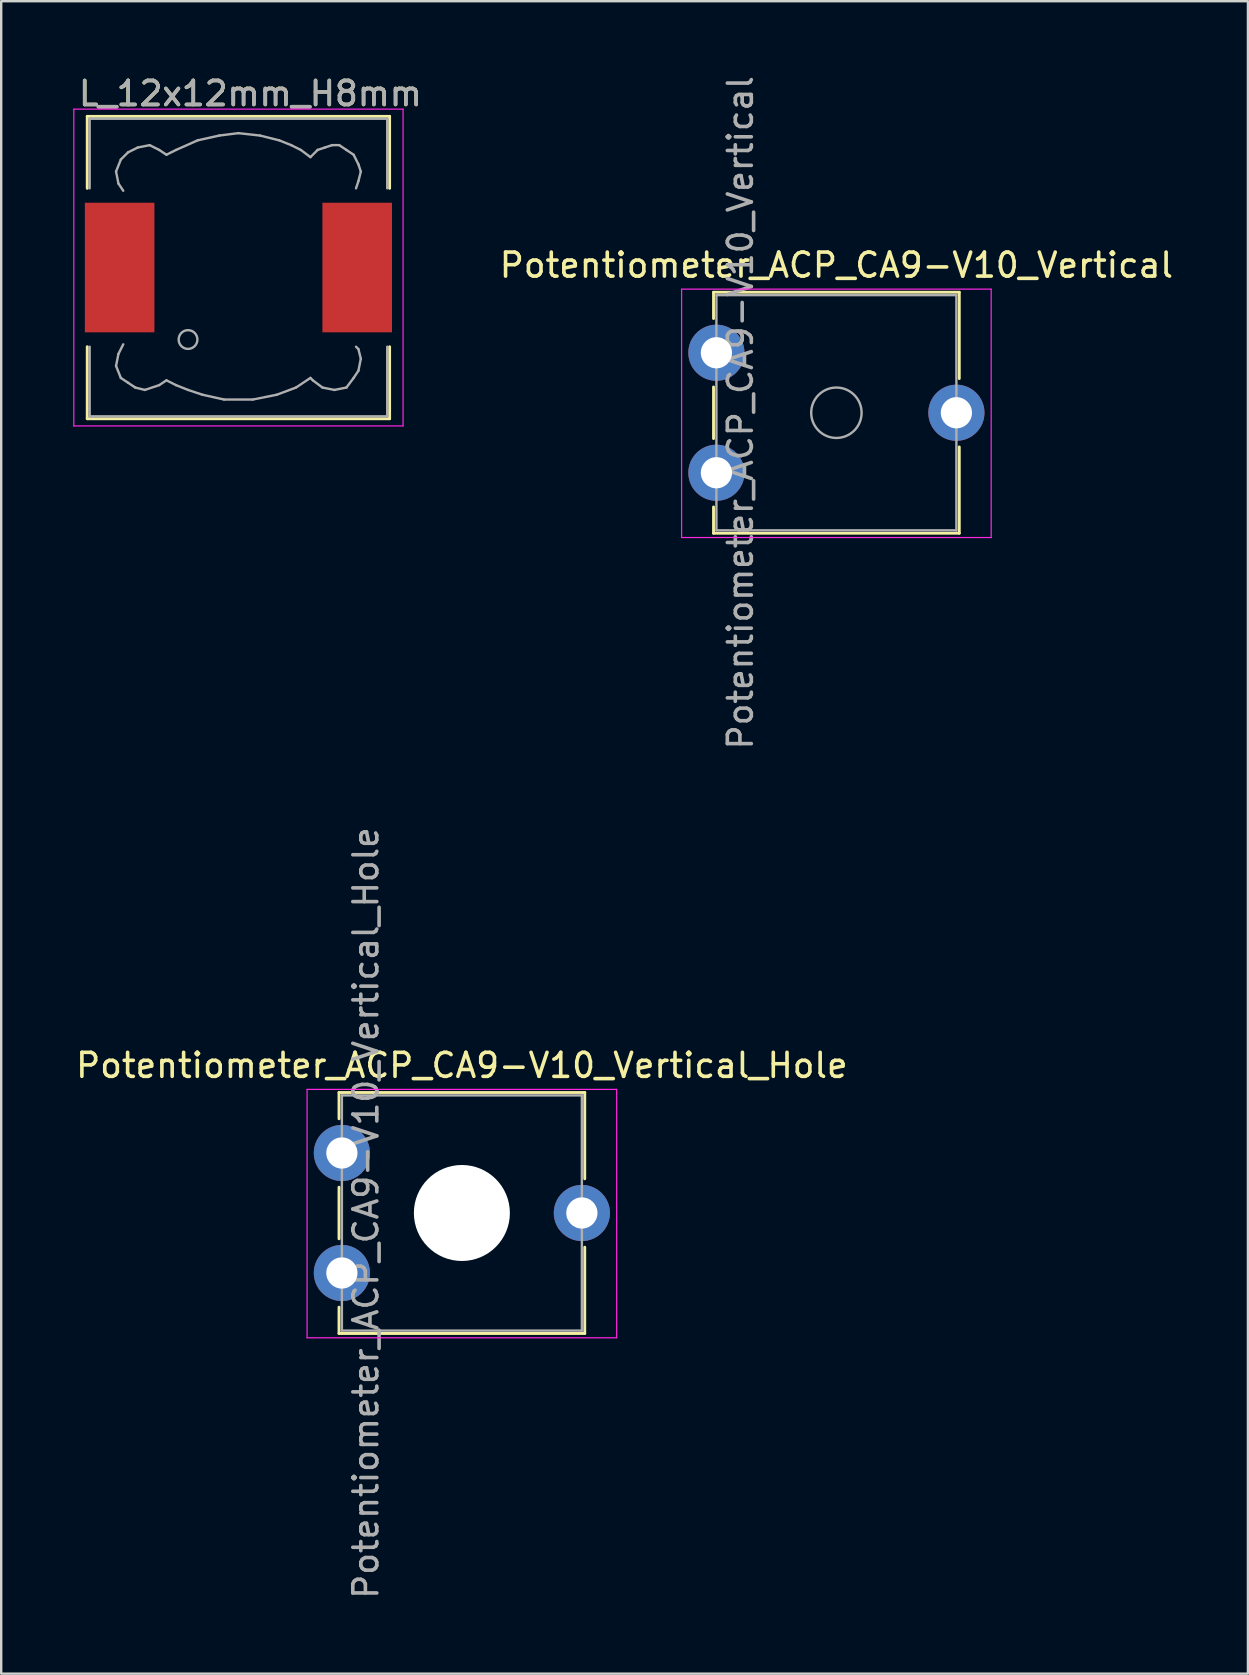
<source format=kicad_pcb>
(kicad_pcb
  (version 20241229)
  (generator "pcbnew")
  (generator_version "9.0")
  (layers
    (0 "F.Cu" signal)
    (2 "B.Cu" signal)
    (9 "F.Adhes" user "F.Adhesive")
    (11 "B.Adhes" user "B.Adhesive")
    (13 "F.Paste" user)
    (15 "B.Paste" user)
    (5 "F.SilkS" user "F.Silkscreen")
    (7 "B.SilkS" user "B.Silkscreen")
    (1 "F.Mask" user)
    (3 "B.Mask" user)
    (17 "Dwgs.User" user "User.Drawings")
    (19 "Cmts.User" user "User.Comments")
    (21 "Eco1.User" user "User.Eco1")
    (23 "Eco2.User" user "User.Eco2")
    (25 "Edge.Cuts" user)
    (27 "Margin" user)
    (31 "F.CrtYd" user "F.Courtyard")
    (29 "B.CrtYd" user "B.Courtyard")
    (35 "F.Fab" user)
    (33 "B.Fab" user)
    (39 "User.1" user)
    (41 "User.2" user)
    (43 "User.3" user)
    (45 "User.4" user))
  (footprint "Potentiometer_ACP_CA9-V10_Vertical"
    (layer "F.Cu")
    (at 26.802 16.649)
    (property "Reference" "Potentiometer_ACP_CA9-V10_Vertical" (at 5 -8.65 0) (layer "F.SilkS") (effects (font (size 1 1) (thickness 0.15))))
    (attr through_hole)
    (fp_line (start -0.12 -7.521) (end -0.12 -6.426) (stroke (width 0.12) (type solid)) (layer "F.SilkS"))
    (fp_line (start -0.12 -7.521) (end 10.12 -7.521) (stroke (width 0.12) (type solid)) (layer "F.SilkS"))
    (fp_line (start -0.12 -3.574) (end -0.12 -1.425) (stroke (width 0.12) (type solid)) (layer "F.SilkS"))
    (fp_line (start -0.12 1.425) (end -0.12 2.52) (stroke (width 0.12) (type solid)) (layer "F.SilkS"))
    (fp_line (start -0.12 2.52) (end 10.12 2.52) (stroke (width 0.12) (type solid)) (layer "F.SilkS"))
    (fp_line (start 10.12 -7.521) (end 10.12 -3.925) (stroke (width 0.12) (type solid)) (layer "F.SilkS"))
    (fp_line (start 10.12 -1.075) (end 10.12 2.52) (stroke (width 0.12) (type solid)) (layer "F.SilkS"))
    (fp_line (start -1.45 -7.65) (end -1.45 2.7) (stroke (width 0.05) (type solid)) (layer "F.CrtYd"))
    (fp_line (start -1.45 2.7) (end 11.45 2.7) (stroke (width 0.05) (type solid)) (layer "F.CrtYd"))
    (fp_line (start 11.45 -7.65) (end -1.45 -7.65) (stroke (width 0.05) (type solid)) (layer "F.CrtYd"))
    (fp_line (start 11.45 2.7) (end 11.45 -7.65) (stroke (width 0.05) (type solid)) (layer "F.CrtYd"))
    (fp_line (start 0 -7.4) (end 0 2.4) (stroke (width 0.1) (type solid)) (layer "F.Fab"))
    (fp_line (start 0 2.4) (end 10 2.4) (stroke (width 0.1) (type solid)) (layer "F.Fab"))
    (fp_line (start 10 -7.4) (end 0 -7.4) (stroke (width 0.1) (type solid)) (layer "F.Fab"))
    (fp_line (start 10 2.4) (end 10 -7.4) (stroke (width 0.1) (type solid)) (layer "F.Fab"))
    (fp_circle (center 5 -2.5) (end 6.05 -2.5) (stroke (width 0.1) (type solid)) (fill no) (layer "F.Fab"))
    (fp_text user "${REFERENCE}" (at 1 -2.5 90) (layer "F.Fab") (effects (font (size 1 1) (thickness 0.15))))
    (pad "1" thru_hole circle (at 0 0) (size 2.34 2.34) (drill 1.3) (layers "*.Cu" "*.Mask"))
    (pad "2" thru_hole circle (at 10 -2.5) (size 2.34 2.34) (drill 1.3) (layers "*.Cu" "*.Mask"))
    (pad "3" thru_hole circle (at 0 -5) (size 2.34 2.34) (drill 1.3) (layers "*.Cu" "*.Mask")))
  (footprint "Potentiometer_ACP_CA9-V10_Vertical_Hole"
    (layer "F.Cu")
    (at 11.196 49.994)
    (property "Reference" "Potentiometer_ACP_CA9-V10_Vertical_Hole" (at 5 -8.65 0) (layer "F.SilkS") (effects (font (size 1 1) (thickness 0.15))))
    (attr through_hole)
    (fp_line (start -0.12 -7.521) (end -0.12 -6.426) (stroke (width 0.12) (type solid)) (layer "F.SilkS"))
    (fp_line (start -0.12 -7.521) (end 10.12 -7.521) (stroke (width 0.12) (type solid)) (layer "F.SilkS"))
    (fp_line (start -0.12 -3.574) (end -0.12 -1.425) (stroke (width 0.12) (type solid)) (layer "F.SilkS"))
    (fp_line (start -0.12 1.425) (end -0.12 2.52) (stroke (width 0.12) (type solid)) (layer "F.SilkS"))
    (fp_line (start -0.12 2.52) (end 10.12 2.52) (stroke (width 0.12) (type solid)) (layer "F.SilkS"))
    (fp_line (start 10.12 -7.521) (end 10.12 -3.925) (stroke (width 0.12) (type solid)) (layer "F.SilkS"))
    (fp_line (start 10.12 -1.075) (end 10.12 2.52) (stroke (width 0.12) (type solid)) (layer "F.SilkS"))
    (fp_line (start -1.45 -7.65) (end -1.45 2.7) (stroke (width 0.05) (type solid)) (layer "F.CrtYd"))
    (fp_line (start -1.45 2.7) (end 11.45 2.7) (stroke (width 0.05) (type solid)) (layer "F.CrtYd"))
    (fp_line (start 11.45 -7.65) (end -1.45 -7.65) (stroke (width 0.05) (type solid)) (layer "F.CrtYd"))
    (fp_line (start 11.45 2.7) (end 11.45 -7.65) (stroke (width 0.05) (type solid)) (layer "F.CrtYd"))
    (fp_line (start 0 -7.4) (end 0 2.4) (stroke (width 0.1) (type solid)) (layer "F.Fab"))
    (fp_line (start 0 2.4) (end 10 2.4) (stroke (width 0.1) (type solid)) (layer "F.Fab"))
    (fp_line (start 10 -7.4) (end 0 -7.4) (stroke (width 0.1) (type solid)) (layer "F.Fab"))
    (fp_line (start 10 2.4) (end 10 -7.4) (stroke (width 0.1) (type solid)) (layer "F.Fab"))
    (fp_text user "${REFERENCE}" (at 1 -2.5 90) (layer "F.Fab") (effects (font (size 1 1) (thickness 0.15))))
    (pad "" np_thru_hole circle (at 5 -2.5) (size 4 4) (drill 4) (layers "*.Cu" "*.Mask"))
    (pad "1" thru_hole circle (at 0 0) (size 2.34 2.34) (drill 1.3) (layers "*.Cu" "*.Mask"))
    (pad "2" thru_hole circle (at 10 -2.5) (size 2.34 2.34) (drill 1.3) (layers "*.Cu" "*.Mask"))
    (pad "3" thru_hole circle (at 0 -5) (size 2.34 2.34) (drill 1.3) (layers "*.Cu" "*.Mask")))
  (footprint "L_12x12mm_H8mm"
    (layer "F.Cu")
    (at 6.885 8.098)
    (property "Reference" "L_12x12mm_H8mm" (at 0.5 -7.25 0) (layer "F.SilkS") (effects (font (size 1 1) (thickness 0.15))))
    (attr through_hole)
    (fp_line (start -6.3 -6.3) (end 6.3 -6.3) (stroke (width 0.12) (type solid)) (layer "F.SilkS"))
    (fp_line (start -6.3 -3.3) (end -6.3 -6.3) (stroke (width 0.12) (type solid)) (layer "F.SilkS"))
    (fp_line (start -6.3 6.3) (end -6.3 3.3) (stroke (width 0.12) (type solid)) (layer "F.SilkS"))
    (fp_line (start 6.3 -6.3) (end 6.3 -3.3) (stroke (width 0.12) (type solid)) (layer "F.SilkS"))
    (fp_line (start 6.3 3.3) (end 6.3 6.3) (stroke (width 0.12) (type solid)) (layer "F.SilkS"))
    (fp_line (start 6.3 6.3) (end -6.3 6.3) (stroke (width 0.12) (type solid)) (layer "F.SilkS"))
    (fp_line (start -6.86 -6.6) (end 6.86 -6.6) (stroke (width 0.05) (type solid)) (layer "F.CrtYd"))
    (fp_line (start -6.86 6.6) (end -6.86 -6.6) (stroke (width 0.05) (type solid)) (layer "F.CrtYd"))
    (fp_line (start 6.86 -6.6) (end 6.86 6.6) (stroke (width 0.05) (type solid)) (layer "F.CrtYd"))
    (fp_line (start 6.86 6.6) (end -6.86 6.6) (stroke (width 0.05) (type solid)) (layer "F.CrtYd"))
    (fp_line (start -6.2 -6.2) (end -6.2 -3.3) (stroke (width 0.1) (type solid)) (layer "F.Fab"))
    (fp_line (start -6.2 3.3) (end -6.2 6.2) (stroke (width 0.1) (type solid)) (layer "F.Fab"))
    (fp_line (start -6.2 6.2) (end 6.2 6.2) (stroke (width 0.1) (type solid)) (layer "F.Fab"))
    (fp_line (start -5.1 -4) (end -5 -3.5) (stroke (width 0.1) (type solid)) (layer "F.Fab"))
    (fp_line (start -5.1 4.1) (end -5 3.6) (stroke (width 0.1) (type solid)) (layer "F.Fab"))
    (fp_line (start -5 -3.5) (end -4.8 -3.2) (stroke (width 0.1) (type solid)) (layer "F.Fab"))
    (fp_line (start -5 3.6) (end -4.8 3.2) (stroke (width 0.1) (type solid)) (layer "F.Fab"))
    (fp_line (start -4.9 -4.5) (end -5.1 -4) (stroke (width 0.1) (type solid)) (layer "F.Fab"))
    (fp_line (start -4.9 4.6) (end -5.1 4.1) (stroke (width 0.1) (type solid)) (layer "F.Fab"))
    (fp_line (start -4.6 -4.8) (end -4.9 -4.5) (stroke (width 0.1) (type solid)) (layer "F.Fab"))
    (fp_line (start -4.6 4.8) (end -4.9 4.6) (stroke (width 0.1) (type solid)) (layer "F.Fab"))
    (fp_line (start -4.3 5) (end -4.6 4.8) (stroke (width 0.1) (type solid)) (layer "F.Fab"))
    (fp_line (start -4.2 -5) (end -4.6 -4.8) (stroke (width 0.1) (type solid)) (layer "F.Fab"))
    (fp_line (start -3.9 5.1) (end -4.3 5) (stroke (width 0.1) (type solid)) (layer "F.Fab"))
    (fp_line (start -3.7 -5.1) (end -4.2 -5) (stroke (width 0.1) (type solid)) (layer "F.Fab"))
    (fp_line (start -3.3 -4.9) (end -3.7 -5.1) (stroke (width 0.1) (type solid)) (layer "F.Fab"))
    (fp_line (start -3.3 4.9) (end -3.9 5.1) (stroke (width 0.1) (type solid)) (layer "F.Fab"))
    (fp_line (start -3 -4.7) (end -3.3 -4.9) (stroke (width 0.1) (type solid)) (layer "F.Fab"))
    (fp_line (start -3 4.7) (end -3.3 4.9) (stroke (width 0.1) (type solid)) (layer "F.Fab"))
    (fp_line (start -2.6 -4.9) (end -3 -4.7) (stroke (width 0.1) (type solid)) (layer "F.Fab"))
    (fp_line (start -2.6 4.9) (end -3 4.7) (stroke (width 0.1) (type solid)) (layer "F.Fab"))
    (fp_line (start -2.1 5.1) (end -2.6 4.9) (stroke (width 0.1) (type solid)) (layer "F.Fab"))
    (fp_line (start -1.7 -5.3) (end -2.6 -4.9) (stroke (width 0.1) (type solid)) (layer "F.Fab"))
    (fp_line (start -1.5 5.3) (end -2.1 5.1) (stroke (width 0.1) (type solid)) (layer "F.Fab"))
    (fp_line (start -0.8 -5.5) (end -1.7 -5.3) (stroke (width 0.1) (type solid)) (layer "F.Fab"))
    (fp_line (start -0.6 5.5) (end -1.5 5.3) (stroke (width 0.1) (type solid)) (layer "F.Fab"))
    (fp_line (start 0 -5.6) (end -0.8 -5.5) (stroke (width 0.1) (type solid)) (layer "F.Fab"))
    (fp_line (start 0.6 5.5) (end -0.6 5.5) (stroke (width 0.1) (type solid)) (layer "F.Fab"))
    (fp_line (start 0.9 -5.5) (end 0 -5.6) (stroke (width 0.1) (type solid)) (layer "F.Fab"))
    (fp_line (start 1.6 5.3) (end 0.6 5.5) (stroke (width 0.1) (type solid)) (layer "F.Fab"))
    (fp_line (start 1.7 -5.3) (end 0.9 -5.5) (stroke (width 0.1) (type solid)) (layer "F.Fab"))
    (fp_line (start 2.2 -5.1) (end 1.7 -5.3) (stroke (width 0.1) (type solid)) (layer "F.Fab"))
    (fp_line (start 2.4 5) (end 1.6 5.3) (stroke (width 0.1) (type solid)) (layer "F.Fab"))
    (fp_line (start 2.6 -4.9) (end 2.2 -5.1) (stroke (width 0.1) (type solid)) (layer "F.Fab"))
    (fp_line (start 3 -4.6) (end 2.6 -4.9) (stroke (width 0.1) (type solid)) (layer "F.Fab"))
    (fp_line (start 3 4.6) (end 2.4 5) (stroke (width 0.1) (type solid)) (layer "F.Fab"))
    (fp_line (start 3.1 4.7) (end 3 4.6) (stroke (width 0.1) (type solid)) (layer "F.Fab"))
    (fp_line (start 3.3 -4.9) (end 3 -4.6) (stroke (width 0.1) (type solid)) (layer "F.Fab"))
    (fp_line (start 3.5 5) (end 3.1 4.7) (stroke (width 0.1) (type solid)) (layer "F.Fab"))
    (fp_line (start 3.6 -5) (end 3.3 -4.9) (stroke (width 0.1) (type solid)) (layer "F.Fab"))
    (fp_line (start 3.9 -5.1) (end 3.6 -5) (stroke (width 0.1) (type solid)) (layer "F.Fab"))
    (fp_line (start 4 5.1) (end 3.5 5) (stroke (width 0.1) (type solid)) (layer "F.Fab"))
    (fp_line (start 4.2 -5.1) (end 3.9 -5.1) (stroke (width 0.1) (type solid)) (layer "F.Fab"))
    (fp_line (start 4.5 -4.9) (end 4.2 -5.1) (stroke (width 0.1) (type solid)) (layer "F.Fab"))
    (fp_line (start 4.5 5) (end 4 5.1) (stroke (width 0.1) (type solid)) (layer "F.Fab"))
    (fp_line (start 4.8 -4.7) (end 4.5 -4.9) (stroke (width 0.1) (type solid)) (layer "F.Fab"))
    (fp_line (start 4.8 4.6) (end 4.5 5) (stroke (width 0.1) (type solid)) (layer "F.Fab"))
    (fp_line (start 4.9 -3.3) (end 5 -3.6) (stroke (width 0.1) (type solid)) (layer "F.Fab"))
    (fp_line (start 4.9 3.3) (end 5 3.4) (stroke (width 0.1) (type solid)) (layer "F.Fab"))
    (fp_line (start 5 -4.3) (end 4.8 -4.7) (stroke (width 0.1) (type solid)) (layer "F.Fab"))
    (fp_line (start 5 -3.6) (end 5.1 -4) (stroke (width 0.1) (type solid)) (layer "F.Fab"))
    (fp_line (start 5 3.4) (end 5.1 3.8) (stroke (width 0.1) (type solid)) (layer "F.Fab"))
    (fp_line (start 5 4.3) (end 4.8 4.6) (stroke (width 0.1) (type solid)) (layer "F.Fab"))
    (fp_line (start 5.1 -4) (end 5 -4.3) (stroke (width 0.1) (type solid)) (layer "F.Fab"))
    (fp_line (start 5.1 3.8) (end 5 4.3) (stroke (width 0.1) (type solid)) (layer "F.Fab"))
    (fp_line (start 6.2 -6.2) (end -6.2 -6.2) (stroke (width 0.1) (type solid)) (layer "F.Fab"))
    (fp_line (start 6.2 -6.2) (end 6.2 -3.3) (stroke (width 0.1) (type solid)) (layer "F.Fab"))
    (fp_line (start 6.2 6.2) (end 6.2 3.3) (stroke (width 0.1) (type solid)) (layer "F.Fab"))
    (fp_circle (center -2.1 3) (end -1.8 3.25) (stroke (width 0.1) (type solid)) (fill no) (layer "F.Fab"))
    (fp_text user "${REFERENCE}" (at 0.5 -7.25 0) (layer "F.Fab") (effects (font (size 1 1) (thickness 0.15))))
    (pad "1" smd rect (at -4.95 0) (size 2.9 5.4) (layers "F.Cu" "F.Mask" "F.Paste"))
    (pad "2" smd rect (at 4.95 0) (size 2.9 5.4) (layers "F.Cu" "F.Mask" "F.Paste")))
  (gr_rect
    (start -3 -3)
    (end 48.95 66.69)
    (stroke (width 0.1) (type default))
    (fill no)
    (layer "Edge.Cuts")))
</source>
